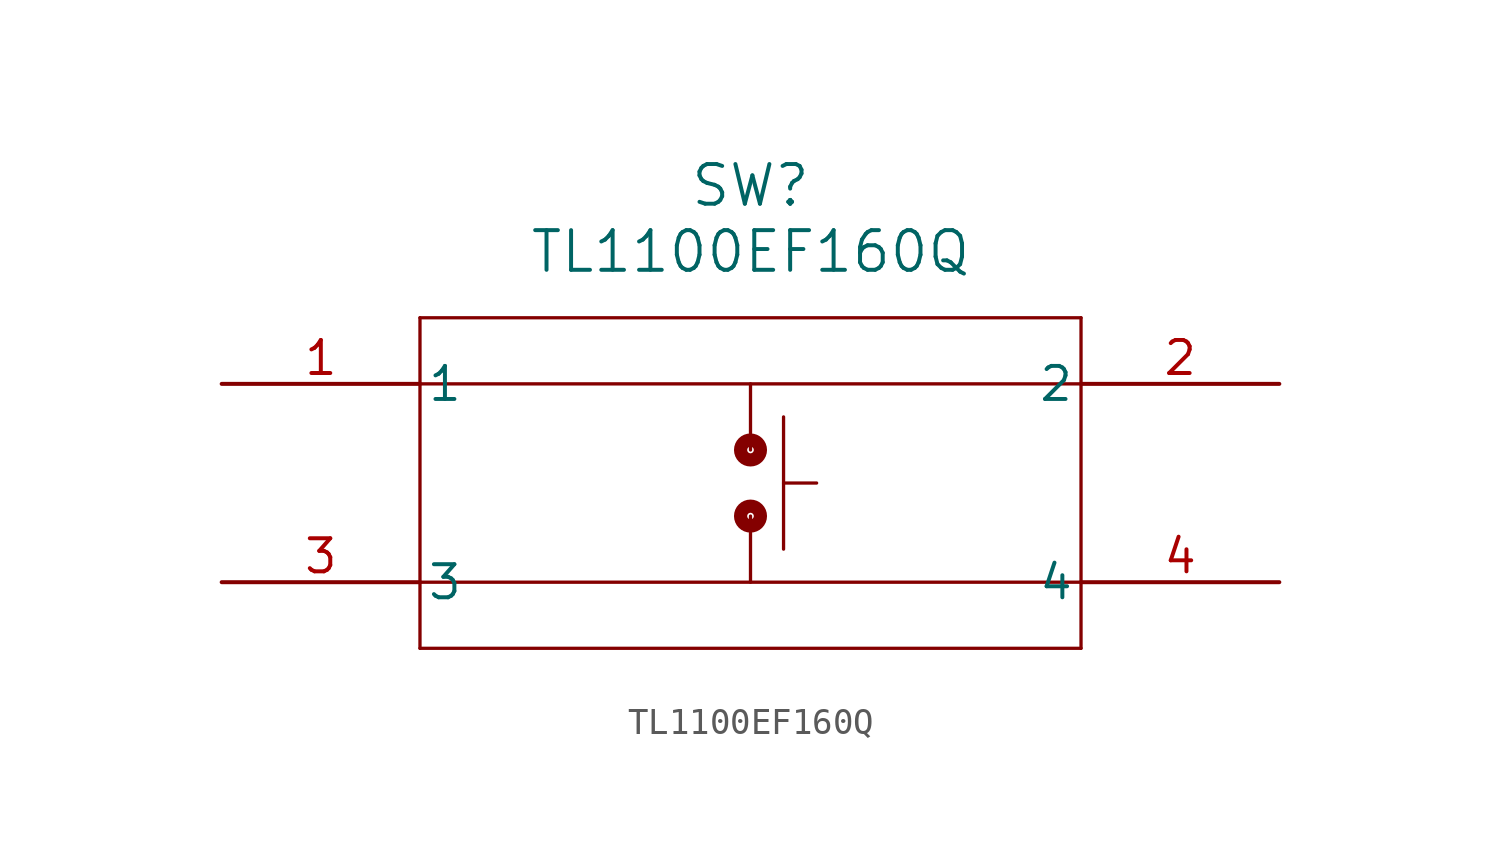
<source format=kicad_sym>
(kicad_symbol_lib
  (version 20211014)
  (generator kicad_symbol_editor)
  (symbol "TL1100EF160Q"
    (pin_names
      (offset 0.254))
    (property "Reference" "SW"
      (at 20.32 7.62 0)
      (effects (font (size 1.524 1.524))))
    (property "Value" "TL1100EF160Q"
      (at 20.32 5.08 0)
      (effects (font (size 1.524 1.524))))
    (symbol "TL1100EF160Q_0_1"
      (polyline (pts (xy 7.62 2.54) (xy 7.62 -10.16)) (stroke (width 0.127) (type default) (color 0 0 0 0)) (fill (type none)))
      (polyline (pts (xy 7.62 -10.16) (xy 33.02 -10.16)) (stroke (width 0.127) (type default) (color 0 0 0 0)) (fill (type none)))
      (polyline (pts (xy 33.02 -10.16) (xy 33.02 2.54)) (stroke (width 0.127) (type default) (color 0 0 0 0)) (fill (type none)))
      (polyline (pts (xy 33.02 2.54) (xy 7.62 2.54)) (stroke (width 0.127) (type default) (color 0 0 0 0)) (fill (type none)))
      (polyline (pts (xy 7.62 0) (xy 33.02 0)) (stroke (width 0.127) (type default) (color 0 0 0 0)) (fill (type none)))
      (polyline (pts (xy 7.62 -7.62) (xy 33.02 -7.62)) (stroke (width 0.127) (type default) (color 0 0 0 0)) (fill (type none)))
      (polyline (pts (xy 21.59 -1.27) (xy 21.59 -6.35)) (stroke (width 0.127) (type default) (color 0 0 0 0)) (fill (type none)))
      (polyline (pts (xy 20.32 0) (xy 20.32 -2.54)) (stroke (width 0.127) (type default) (color 0 0 0 0)) (fill (type none)))
      (circle (center 20.32 -2.54) (radius 0.127) (stroke (width 0.508) (type default) (color 0 0 0 0)) (fill (type none)))
      (circle (center 20.32 -5.08) (radius 0.127) (stroke (width 0.508) (type default) (color 0 0 0 0)) (fill (type none)))
      (polyline (pts (xy 20.32 -5.08) (xy 20.32 -7.62)) (stroke (width 0.127) (type default) (color 0 0 0 0)) (fill (type none)))
      (polyline (pts (xy 21.59 -3.81) (xy 22.86 -3.81)) (stroke (width 0.127) (type default) (color 0 0 0 0)) (fill (type none)))
      (pin unspecified line (at 0 0 0) (length 7.62) (name "1" (effects (font (size 1.27 1.27)))) (number "1" (effects (font (size 1.27 1.27)))))
      (pin unspecified line (at 40.64 0 180) (length 7.62) (name "2" (effects (font (size 1.27 1.27)))) (number "2" (effects (font (size 1.27 1.27)))))
      (pin unspecified line (at 0 -7.62 0) (length 7.62) (name "3" (effects (font (size 1.27 1.27)))) (number "3" (effects (font (size 1.27 1.27)))))
      (pin unspecified line (at 40.64 -7.62 180) (length 7.62) (name "4" (effects (font (size 1.27 1.27)))) (number "4" (effects (font (size 1.27 1.27))))))))
</source>
